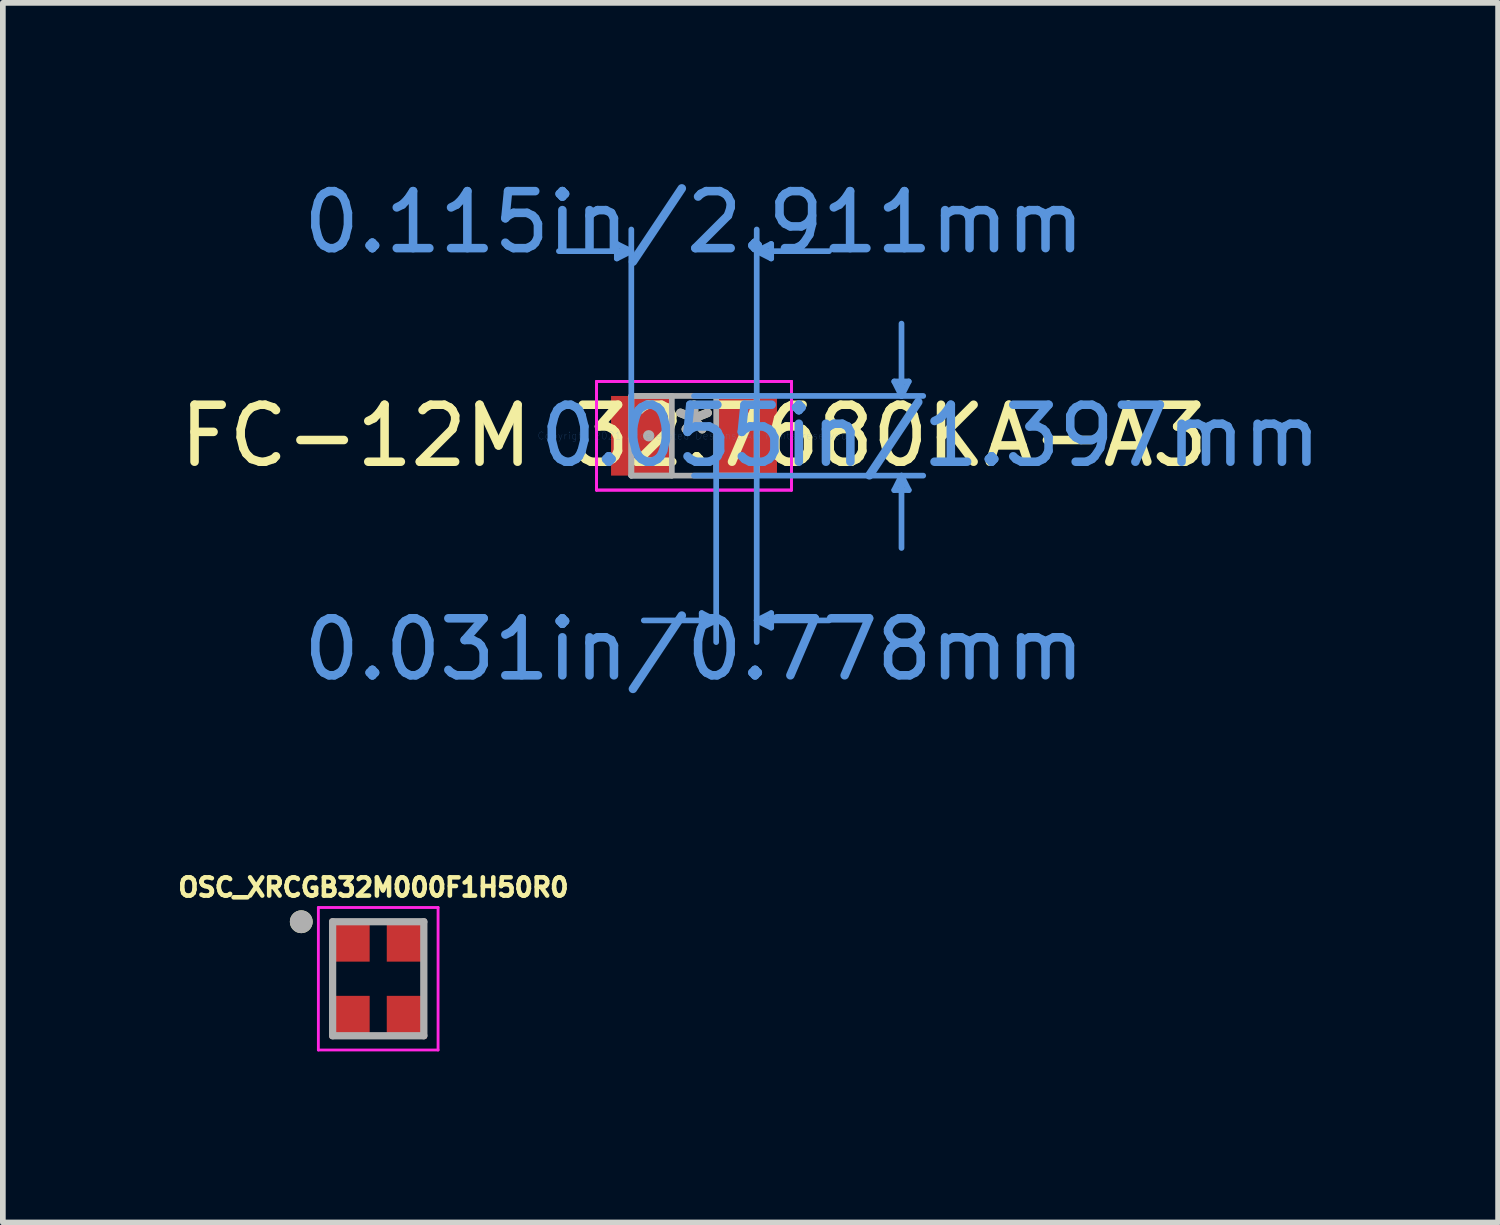
<source format=kicad_pcb>
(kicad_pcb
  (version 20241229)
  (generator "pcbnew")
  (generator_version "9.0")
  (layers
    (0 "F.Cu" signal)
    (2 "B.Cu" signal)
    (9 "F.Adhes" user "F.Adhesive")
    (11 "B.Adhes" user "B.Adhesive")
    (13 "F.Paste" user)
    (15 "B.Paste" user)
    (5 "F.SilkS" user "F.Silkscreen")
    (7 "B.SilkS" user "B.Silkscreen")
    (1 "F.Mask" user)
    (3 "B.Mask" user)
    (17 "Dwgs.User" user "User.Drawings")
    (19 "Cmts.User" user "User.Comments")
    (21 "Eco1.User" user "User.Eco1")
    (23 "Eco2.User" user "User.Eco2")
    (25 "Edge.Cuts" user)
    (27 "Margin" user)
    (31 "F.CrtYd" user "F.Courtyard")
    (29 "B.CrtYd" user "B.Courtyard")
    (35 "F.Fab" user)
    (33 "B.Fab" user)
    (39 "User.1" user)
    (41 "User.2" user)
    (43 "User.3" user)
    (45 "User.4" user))
  (footprint "FC-12M 32.7680KA-A3"
    (layer "F.Cu")
    (at 9.125 4.595)
    (property "Reference" "FC-12M 32.7680KA-A3" (at 0 0 0) (layer "F.SilkS") (effects (font (size 1 1) (thickness 0.15))))
    (attr through_hole)
    (fp_line (start -1.354 -3.365) (end -1.354 -3.111) (stroke (width 0.1) (type solid)) (layer "Cmts.User"))
    (fp_line (start -1.1 -3.239) (end -2.37 -3.239) (stroke (width 0.1) (type solid)) (layer "Cmts.User"))
    (fp_line (start -1.1 -3.239) (end -1.354 -3.365) (stroke (width 0.1) (type solid)) (layer "Cmts.User"))
    (fp_line (start -1.1 -3.239) (end -1.354 -3.111) (stroke (width 0.1) (type solid)) (layer "Cmts.User"))
    (fp_line (start -1.1 0) (end -1.1 -3.619) (stroke (width 0.1) (type solid)) (layer "Cmts.User"))
    (fp_line (start 0 -0.699) (end 4.021 -0.699) (stroke (width 0.1) (type solid)) (layer "Cmts.User"))
    (fp_line (start 0 0.699) (end 4.021 0.699) (stroke (width 0.1) (type solid)) (layer "Cmts.User"))
    (fp_line (start 0.135 3.111) (end 0.135 3.365) (stroke (width 0.1) (type solid)) (layer "Cmts.User"))
    (fp_line (start 0.389 0) (end 0.389 3.619) (stroke (width 0.1) (type solid)) (layer "Cmts.User"))
    (fp_line (start 0.389 3.239) (end -0.881 3.239) (stroke (width 0.1) (type solid)) (layer "Cmts.User"))
    (fp_line (start 0.389 3.239) (end 0.135 3.111) (stroke (width 0.1) (type solid)) (layer "Cmts.User"))
    (fp_line (start 0.389 3.239) (end 0.135 3.365) (stroke (width 0.1) (type solid)) (layer "Cmts.User"))
    (fp_line (start 1.1 -3.239) (end 1.354 -3.365) (stroke (width 0.1) (type solid)) (layer "Cmts.User"))
    (fp_line (start 1.1 -3.239) (end 1.354 -3.111) (stroke (width 0.1) (type solid)) (layer "Cmts.User"))
    (fp_line (start 1.1 -3.239) (end 2.37 -3.239) (stroke (width 0.1) (type solid)) (layer "Cmts.User"))
    (fp_line (start 1.1 0) (end 1.1 -3.619) (stroke (width 0.1) (type solid)) (layer "Cmts.User"))
    (fp_line (start 1.1 0) (end 1.1 3.619) (stroke (width 0.1) (type solid)) (layer "Cmts.User"))
    (fp_line (start 1.1 3.239) (end 1.354 3.111) (stroke (width 0.1) (type solid)) (layer "Cmts.User"))
    (fp_line (start 1.1 3.239) (end 1.354 3.365) (stroke (width 0.1) (type solid)) (layer "Cmts.User"))
    (fp_line (start 1.1 3.239) (end 2.37 3.239) (stroke (width 0.1) (type solid)) (layer "Cmts.User"))
    (fp_line (start 1.354 -3.365) (end 1.354 -3.111) (stroke (width 0.1) (type solid)) (layer "Cmts.User"))
    (fp_line (start 1.354 3.111) (end 1.354 3.365) (stroke (width 0.1) (type solid)) (layer "Cmts.User"))
    (fp_line (start 3.513 -0.953) (end 3.767 -0.953) (stroke (width 0.1) (type solid)) (layer "Cmts.User"))
    (fp_line (start 3.513 0.953) (end 3.767 0.953) (stroke (width 0.1) (type solid)) (layer "Cmts.User"))
    (fp_line (start 3.64 -0.699) (end 3.513 -0.953) (stroke (width 0.1) (type solid)) (layer "Cmts.User"))
    (fp_line (start 3.64 -0.699) (end 3.64 -1.968) (stroke (width 0.1) (type solid)) (layer "Cmts.User"))
    (fp_line (start 3.64 -0.699) (end 3.767 -0.953) (stroke (width 0.1) (type solid)) (layer "Cmts.User"))
    (fp_line (start 3.64 0.699) (end 3.513 0.953) (stroke (width 0.1) (type solid)) (layer "Cmts.User"))
    (fp_line (start 3.64 0.699) (end 3.64 1.968) (stroke (width 0.1) (type solid)) (layer "Cmts.User"))
    (fp_line (start 3.64 0.699) (end 3.767 0.953) (stroke (width 0.1) (type solid)) (layer "Cmts.User"))
    (fp_line (start -1.71 -0.953) (end 1.71 -0.953) (stroke (width 0.05) (type solid)) (layer "F.CrtYd"))
    (fp_line (start -1.71 -0.953) (end 1.71 -0.953) (stroke (width 0.05) (type solid)) (layer "F.CrtYd"))
    (fp_line (start -1.71 0.953) (end -1.71 -0.953) (stroke (width 0.05) (type solid)) (layer "F.CrtYd"))
    (fp_line (start -1.71 0.953) (end -1.71 -0.953) (stroke (width 0.05) (type solid)) (layer "F.CrtYd"))
    (fp_line (start 1.71 -0.953) (end 1.71 0.953) (stroke (width 0.05) (type solid)) (layer "F.CrtYd"))
    (fp_line (start 1.71 -0.953) (end 1.71 0.953) (stroke (width 0.05) (type solid)) (layer "F.CrtYd"))
    (fp_line (start 1.71 0.953) (end -1.71 0.953) (stroke (width 0.05) (type solid)) (layer "F.CrtYd"))
    (fp_line (start 1.71 0.953) (end -1.71 0.953) (stroke (width 0.05) (type solid)) (layer "F.CrtYd"))
    (fp_line (start -1.1 -0.699) (end -1.1 0.699) (stroke (width 0.1) (type solid)) (layer "F.Fab"))
    (fp_line (start -1.1 -0.699) (end -1.1 0.699) (stroke (width 0.1) (type solid)) (layer "F.Fab"))
    (fp_line (start -1.1 0.699) (end -0.389 0.699) (stroke (width 0.1) (type solid)) (layer "F.Fab"))
    (fp_line (start -1.1 0.699) (end 1.1 0.699) (stroke (width 0.1) (type solid)) (layer "F.Fab"))
    (fp_line (start -0.389 -0.699) (end -1.1 -0.699) (stroke (width 0.1) (type solid)) (layer "F.Fab"))
    (fp_line (start -0.389 0.699) (end -0.389 -0.699) (stroke (width 0.1) (type solid)) (layer "F.Fab"))
    (fp_line (start 0.389 -0.699) (end 0.389 0.699) (stroke (width 0.1) (type solid)) (layer "F.Fab"))
    (fp_line (start 0.389 0.699) (end 1.1 0.699) (stroke (width 0.1) (type solid)) (layer "F.Fab"))
    (fp_line (start 1.1 -0.699) (end -1.1 -0.699) (stroke (width 0.1) (type solid)) (layer "F.Fab"))
    (fp_line (start 1.1 -0.699) (end 0.389 -0.699) (stroke (width 0.1) (type solid)) (layer "F.Fab"))
    (fp_line (start 1.1 0.699) (end 1.1 -0.699) (stroke (width 0.1) (type solid)) (layer "F.Fab"))
    (fp_line (start 1.1 0.699) (end 1.1 -0.699) (stroke (width 0.1) (type solid)) (layer "F.Fab"))
    (fp_circle (center -0.795 0) (end -0.795 0) (stroke (width 0.1) (type solid)) (fill no) (layer "F.Fab"))
    (fp_text user "*" (at 0 0 0) (layer "F.SilkS") (effects (font (size 1 1) (thickness 0.15))))
    (fp_text user "Copyright 2021 Accelerated Designs. All rights reserved." (at 0 0 0) (layer "Cmts.User") (effects (font (size 0.127 0.127) (thickness 0.002))))
    (fp_text user "0.115in/2.911mm" (at 0 -3.747 0) (layer "Cmts.User") (effects (font (size 1 1) (thickness 0.15))))
    (fp_text user "0.031in/0.778mm" (at 0 3.747 0) (layer "Cmts.User") (effects (font (size 1 1) (thickness 0.15))))
    (fp_text user "0.055in/1.397mm" (at 4.148 0 0) (layer "Cmts.User") (effects (font (size 1 1) (thickness 0.15))))
    (fp_text user "*" (at 0 0 0) (layer "F.Fab") (effects (font (size 1 1) (thickness 0.15))))
    (pad "1" smd rect (at -0.922 0) (size 1.067 1.397) (layers "F.Cu" "F.Mask" "F.Paste"))
    (pad "2" smd rect (at 0.922 0) (size 1.067 1.397) (layers "F.Cu" "F.Mask" "F.Paste")))
  (footprint "OSC_XRCGB32M000F1H50R0"
    (layer "F.Cu")
    (at 3.585 14.12)
    (property "Reference" "OSC_XRCGB32M000F1H50R0" (at -0.084 -1.603 0) (layer "F.SilkS") (effects (font (size 0.32 0.32) (thickness 0.15))))
    (attr through_hole)
    (fp_circle (center -1.35 -1) (end -1.25 -1) (stroke (width 0.2) (type solid)) (fill no) (layer "F.SilkS"))
    (fp_line (start -1.05 -1.25) (end 1.05 -1.25) (stroke (width 0.05) (type solid)) (layer "F.CrtYd"))
    (fp_line (start -1.05 1.25) (end -1.05 -1.25) (stroke (width 0.05) (type solid)) (layer "F.CrtYd"))
    (fp_line (start 1.05 -1.25) (end 1.05 1.25) (stroke (width 0.05) (type solid)) (layer "F.CrtYd"))
    (fp_line (start 1.05 1.25) (end -1.05 1.25) (stroke (width 0.05) (type solid)) (layer "F.CrtYd"))
    (fp_line (start -0.8 -1) (end 0.8 -1) (stroke (width 0.127) (type solid)) (layer "F.Fab"))
    (fp_line (start -0.8 1) (end -0.8 -1) (stroke (width 0.127) (type solid)) (layer "F.Fab"))
    (fp_line (start 0.8 -1) (end 0.8 1) (stroke (width 0.127) (type solid)) (layer "F.Fab"))
    (fp_line (start 0.8 1) (end -0.8 1) (stroke (width 0.127) (type solid)) (layer "F.Fab"))
    (fp_circle (center -1.35 -1) (end -1.25 -1) (stroke (width 0.2) (type solid)) (fill no) (layer "F.Fab"))
    (pad "1" smd rect (at -0.5 -0.675) (size 0.7 0.75) (layers "F.Cu" "F.Mask" "F.Paste"))
    (pad "2" smd rect (at -0.5 0.675) (size 0.7 0.75) (layers "F.Cu" "F.Mask" "F.Paste"))
    (pad "3" smd rect (at 0.5 0.675) (size 0.7 0.75) (layers "F.Cu" "F.Mask" "F.Paste"))
    (pad "4" smd rect (at 0.5 -0.675) (size 0.7 0.75) (layers "F.Cu" "F.Mask" "F.Paste")))
  (gr_rect
    (start -3 -3)
    (end 23.231 18.395)
    (stroke (width 0.1) (type default))
    (fill no)
    (layer "Edge.Cuts")))
</source>
